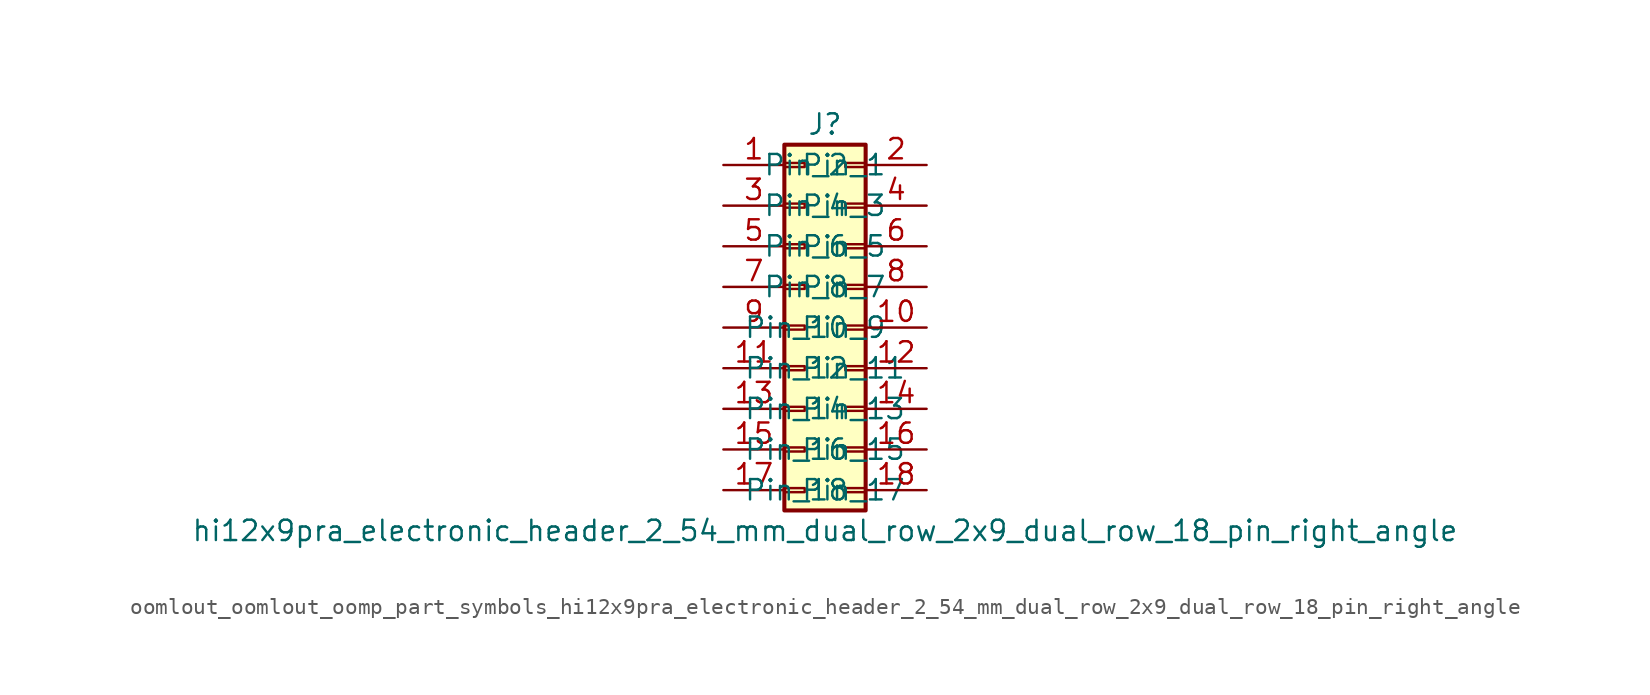
<source format=kicad_sym>
(kicad_symbol_lib
  (version 20220914)
  (generator kicad_symbol_editor)
  (symbol "oomlout_oomlout_oomp_part_symbols_hi12x9pra_electronic_header_2_54_mm_dual_row_2x9_dual_row_18_pin_right_angle"
    (pin_names
      (offset 1.016))
    (property "Reference" "J"
      (at 1.27 12.7 0)
      (effects (font (size 1.27 1.27))))
    (property "Value" "hi12x9pra_electronic_header_2_54_mm_dual_row_2x9_dual_row_18_pin_right_angle"
      (at 1.27 -12.7 0)
      (effects (font (size 1.27 1.27))))
    (symbol "oomlout_oomlout_oomp_part_symbols_hi12x9pra_electronic_header_2_54_mm_dual_row_2x9_dual_row_18_pin_right_angle_1_1"
      (rectangle (start -1.27 -10.033) (end 0 -10.287) (stroke (width 0.152) (type default)) (fill (type none)))
      (rectangle (start -1.27 -7.493) (end 0 -7.747) (stroke (width 0.152) (type default)) (fill (type none)))
      (rectangle (start -1.27 -4.953) (end 0 -5.207) (stroke (width 0.152) (type default)) (fill (type none)))
      (rectangle (start -1.27 -2.413) (end 0 -2.667) (stroke (width 0.152) (type default)) (fill (type none)))
      (rectangle (start -1.27 0.127) (end 0 -0.127) (stroke (width 0.152) (type default)) (fill (type none)))
      (rectangle (start -1.27 2.667) (end 0 2.413) (stroke (width 0.152) (type default)) (fill (type none)))
      (rectangle (start -1.27 5.207) (end 0 4.953) (stroke (width 0.152) (type default)) (fill (type none)))
      (rectangle (start -1.27 7.747) (end 0 7.493) (stroke (width 0.152) (type default)) (fill (type none)))
      (rectangle (start -1.27 10.287) (end 0 10.033) (stroke (width 0.152) (type default)) (fill (type none)))
      (rectangle (start -1.27 11.43) (end 3.81 -11.43) (stroke (width 0.254) (type default)) (fill (type background)))
      (rectangle (start 3.81 -10.033) (end 2.54 -10.287) (stroke (width 0.152) (type default)) (fill (type none)))
      (rectangle (start 3.81 -7.493) (end 2.54 -7.747) (stroke (width 0.152) (type default)) (fill (type none)))
      (rectangle (start 3.81 -4.953) (end 2.54 -5.207) (stroke (width 0.152) (type default)) (fill (type none)))
      (rectangle (start 3.81 -2.413) (end 2.54 -2.667) (stroke (width 0.152) (type default)) (fill (type none)))
      (rectangle (start 3.81 0.127) (end 2.54 -0.127) (stroke (width 0.152) (type default)) (fill (type none)))
      (rectangle (start 3.81 2.667) (end 2.54 2.413) (stroke (width 0.152) (type default)) (fill (type none)))
      (rectangle (start 3.81 5.207) (end 2.54 4.953) (stroke (width 0.152) (type default)) (fill (type none)))
      (rectangle (start 3.81 7.747) (end 2.54 7.493) (stroke (width 0.152) (type default)) (fill (type none)))
      (rectangle (start 3.81 10.287) (end 2.54 10.033) (stroke (width 0.152) (type default)) (fill (type none)))
      (pin passive line (at -5.08 10.16 0) (length 3.81) (name "Pin_1" (effects (font (size 1.27 1.27)))) (number "1" (effects (font (size 1.27 1.27)))))
      (pin passive line (at 7.62 0 180) (length 3.81) (name "Pin_10" (effects (font (size 1.27 1.27)))) (number "10" (effects (font (size 1.27 1.27)))))
      (pin passive line (at -5.08 -2.54 0) (length 3.81) (name "Pin_11" (effects (font (size 1.27 1.27)))) (number "11" (effects (font (size 1.27 1.27)))))
      (pin passive line (at 7.62 -2.54 180) (length 3.81) (name "Pin_12" (effects (font (size 1.27 1.27)))) (number "12" (effects (font (size 1.27 1.27)))))
      (pin passive line (at -5.08 -5.08 0) (length 3.81) (name "Pin_13" (effects (font (size 1.27 1.27)))) (number "13" (effects (font (size 1.27 1.27)))))
      (pin passive line (at 7.62 -5.08 180) (length 3.81) (name "Pin_14" (effects (font (size 1.27 1.27)))) (number "14" (effects (font (size 1.27 1.27)))))
      (pin passive line (at -5.08 -7.62 0) (length 3.81) (name "Pin_15" (effects (font (size 1.27 1.27)))) (number "15" (effects (font (size 1.27 1.27)))))
      (pin passive line (at 7.62 -7.62 180) (length 3.81) (name "Pin_16" (effects (font (size 1.27 1.27)))) (number "16" (effects (font (size 1.27 1.27)))))
      (pin passive line (at -5.08 -10.16 0) (length 3.81) (name "Pin_17" (effects (font (size 1.27 1.27)))) (number "17" (effects (font (size 1.27 1.27)))))
      (pin passive line (at 7.62 -10.16 180) (length 3.81) (name "Pin_18" (effects (font (size 1.27 1.27)))) (number "18" (effects (font (size 1.27 1.27)))))
      (pin passive line (at 7.62 10.16 180) (length 3.81) (name "Pin_2" (effects (font (size 1.27 1.27)))) (number "2" (effects (font (size 1.27 1.27)))))
      (pin passive line (at -5.08 7.62 0) (length 3.81) (name "Pin_3" (effects (font (size 1.27 1.27)))) (number "3" (effects (font (size 1.27 1.27)))))
      (pin passive line (at 7.62 7.62 180) (length 3.81) (name "Pin_4" (effects (font (size 1.27 1.27)))) (number "4" (effects (font (size 1.27 1.27)))))
      (pin passive line (at -5.08 5.08 0) (length 3.81) (name "Pin_5" (effects (font (size 1.27 1.27)))) (number "5" (effects (font (size 1.27 1.27)))))
      (pin passive line (at 7.62 5.08 180) (length 3.81) (name "Pin_6" (effects (font (size 1.27 1.27)))) (number "6" (effects (font (size 1.27 1.27)))))
      (pin passive line (at -5.08 2.54 0) (length 3.81) (name "Pin_7" (effects (font (size 1.27 1.27)))) (number "7" (effects (font (size 1.27 1.27)))))
      (pin passive line (at 7.62 2.54 180) (length 3.81) (name "Pin_8" (effects (font (size 1.27 1.27)))) (number "8" (effects (font (size 1.27 1.27)))))
      (pin passive line (at -5.08 0 0) (length 3.81) (name "Pin_9" (effects (font (size 1.27 1.27)))) (number "9" (effects (font (size 1.27 1.27))))))))
</source>
